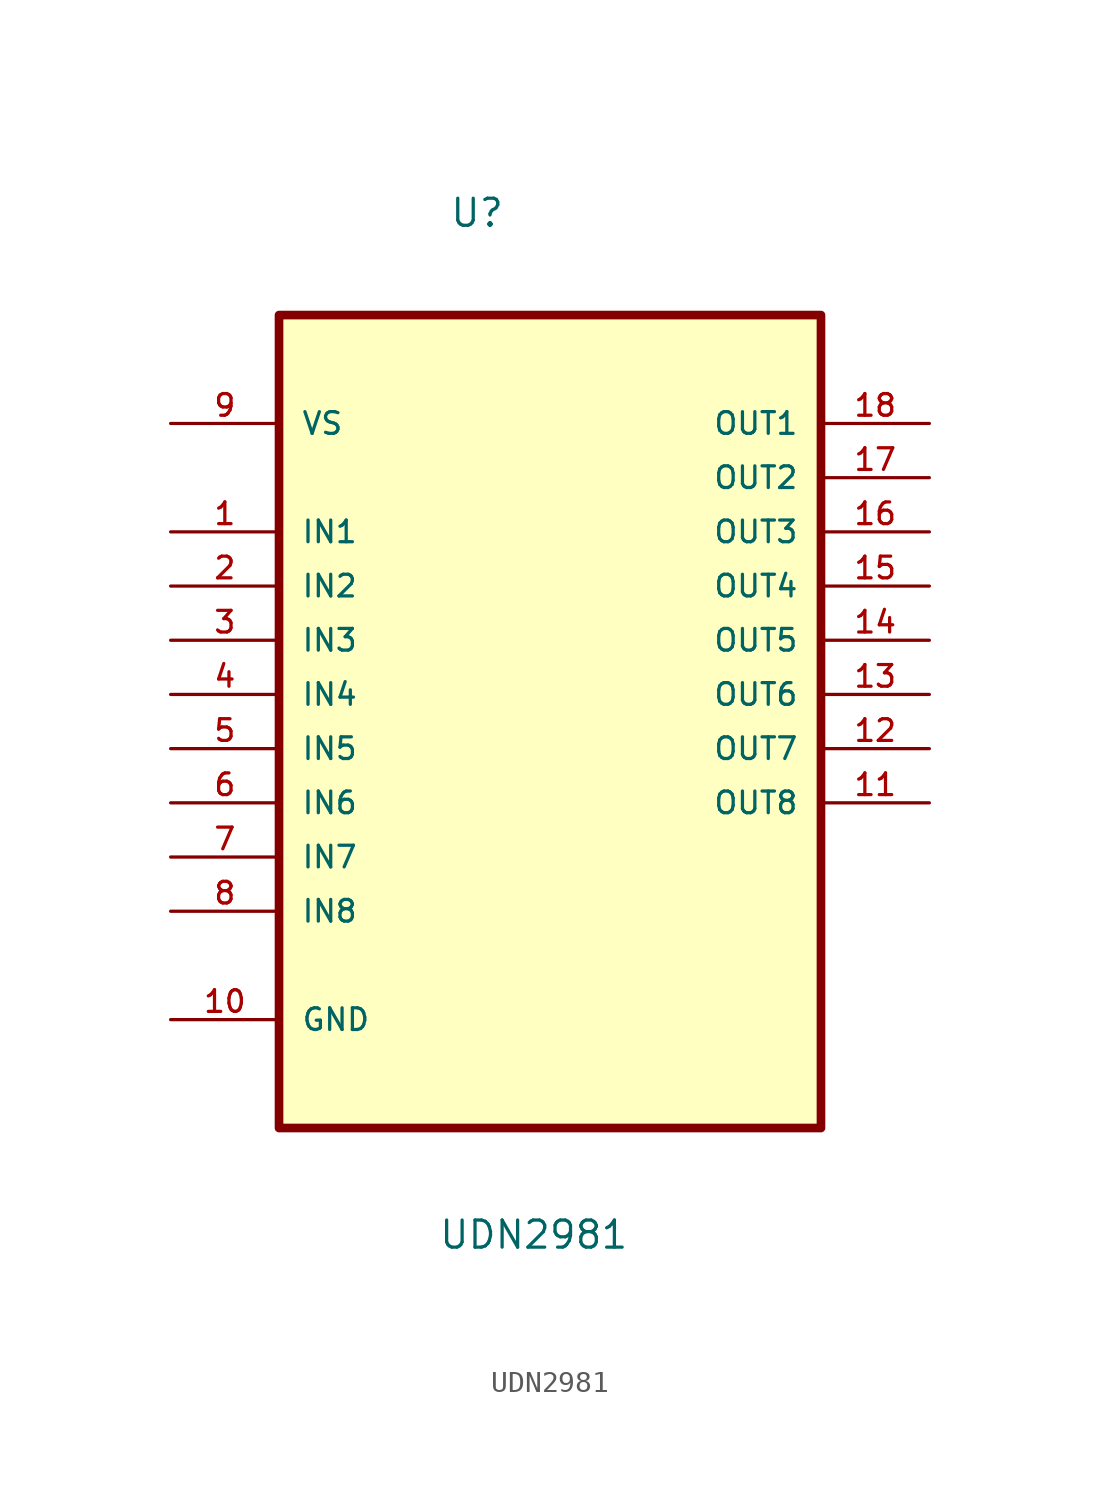
<source format=kicad_sym>
(kicad_symbol_lib
  (version 20211014)
  (generator kicad_symbol_editor)
  (symbol "UDN2981"
    (pin_names
      (offset 1.016))
    (property "Reference" "U"
      (at -4.726 19.284 0.0)
      (effects (font (size 1.27 1.27)) (justify bottom left)))
    (property "Value" "UDN2981"
      (at -5.247 -28.606 0.0)
      (effects (font (size 1.27 1.27)) (justify bottom left)))
    (symbol "UDN2981_0_0"
      (rectangle (start -12.7 -22.86) (end 12.7 15.24) (stroke (width 0.406)) (fill (type background)))
      (pin power_in line (at -17.78 10.16 0) (length 5.08) (name "VS" (effects (font (size 1.016 1.016)))) (number "9" (effects (font (size 1.016 1.016)))))
      (pin input line (at -17.78 5.08 0) (length 5.08) (name "IN1" (effects (font (size 1.016 1.016)))) (number "1" (effects (font (size 1.016 1.016)))))
      (pin input line (at -17.78 2.54 0) (length 5.08) (name "IN2" (effects (font (size 1.016 1.016)))) (number "2" (effects (font (size 1.016 1.016)))))
      (pin input line (at -17.78 0.0 0) (length 5.08) (name "IN3" (effects (font (size 1.016 1.016)))) (number "3" (effects (font (size 1.016 1.016)))))
      (pin input line (at -17.78 -2.54 0) (length 5.08) (name "IN4" (effects (font (size 1.016 1.016)))) (number "4" (effects (font (size 1.016 1.016)))))
      (pin input line (at -17.78 -5.08 0) (length 5.08) (name "IN5" (effects (font (size 1.016 1.016)))) (number "5" (effects (font (size 1.016 1.016)))))
      (pin input line (at -17.78 -7.62 0) (length 5.08) (name "IN6" (effects (font (size 1.016 1.016)))) (number "6" (effects (font (size 1.016 1.016)))))
      (pin input line (at -17.78 -10.16 0) (length 5.08) (name "IN7" (effects (font (size 1.016 1.016)))) (number "7" (effects (font (size 1.016 1.016)))))
      (pin input line (at -17.78 -12.7 0) (length 5.08) (name "IN8" (effects (font (size 1.016 1.016)))) (number "8" (effects (font (size 1.016 1.016)))))
      (pin passive line (at -17.78 -17.78 0) (length 5.08) (name "GND" (effects (font (size 1.016 1.016)))) (number "10" (effects (font (size 1.016 1.016)))))
      (pin output line (at 17.78 10.16 180.0) (length 5.08) (name "OUT1" (effects (font (size 1.016 1.016)))) (number "18" (effects (font (size 1.016 1.016)))))
      (pin output line (at 17.78 7.62 180.0) (length 5.08) (name "OUT2" (effects (font (size 1.016 1.016)))) (number "17" (effects (font (size 1.016 1.016)))))
      (pin output line (at 17.78 5.08 180.0) (length 5.08) (name "OUT3" (effects (font (size 1.016 1.016)))) (number "16" (effects (font (size 1.016 1.016)))))
      (pin output line (at 17.78 2.54 180.0) (length 5.08) (name "OUT4" (effects (font (size 1.016 1.016)))) (number "15" (effects (font (size 1.016 1.016)))))
      (pin output line (at 17.78 0.0 180.0) (length 5.08) (name "OUT5" (effects (font (size 1.016 1.016)))) (number "14" (effects (font (size 1.016 1.016)))))
      (pin output line (at 17.78 -2.54 180.0) (length 5.08) (name "OUT6" (effects (font (size 1.016 1.016)))) (number "13" (effects (font (size 1.016 1.016)))))
      (pin output line (at 17.78 -5.08 180.0) (length 5.08) (name "OUT7" (effects (font (size 1.016 1.016)))) (number "12" (effects (font (size 1.016 1.016)))))
      (pin output line (at 17.78 -7.62 180.0) (length 5.08) (name "OUT8" (effects (font (size 1.016 1.016)))) (number "11" (effects (font (size 1.016 1.016))))))))
</source>
